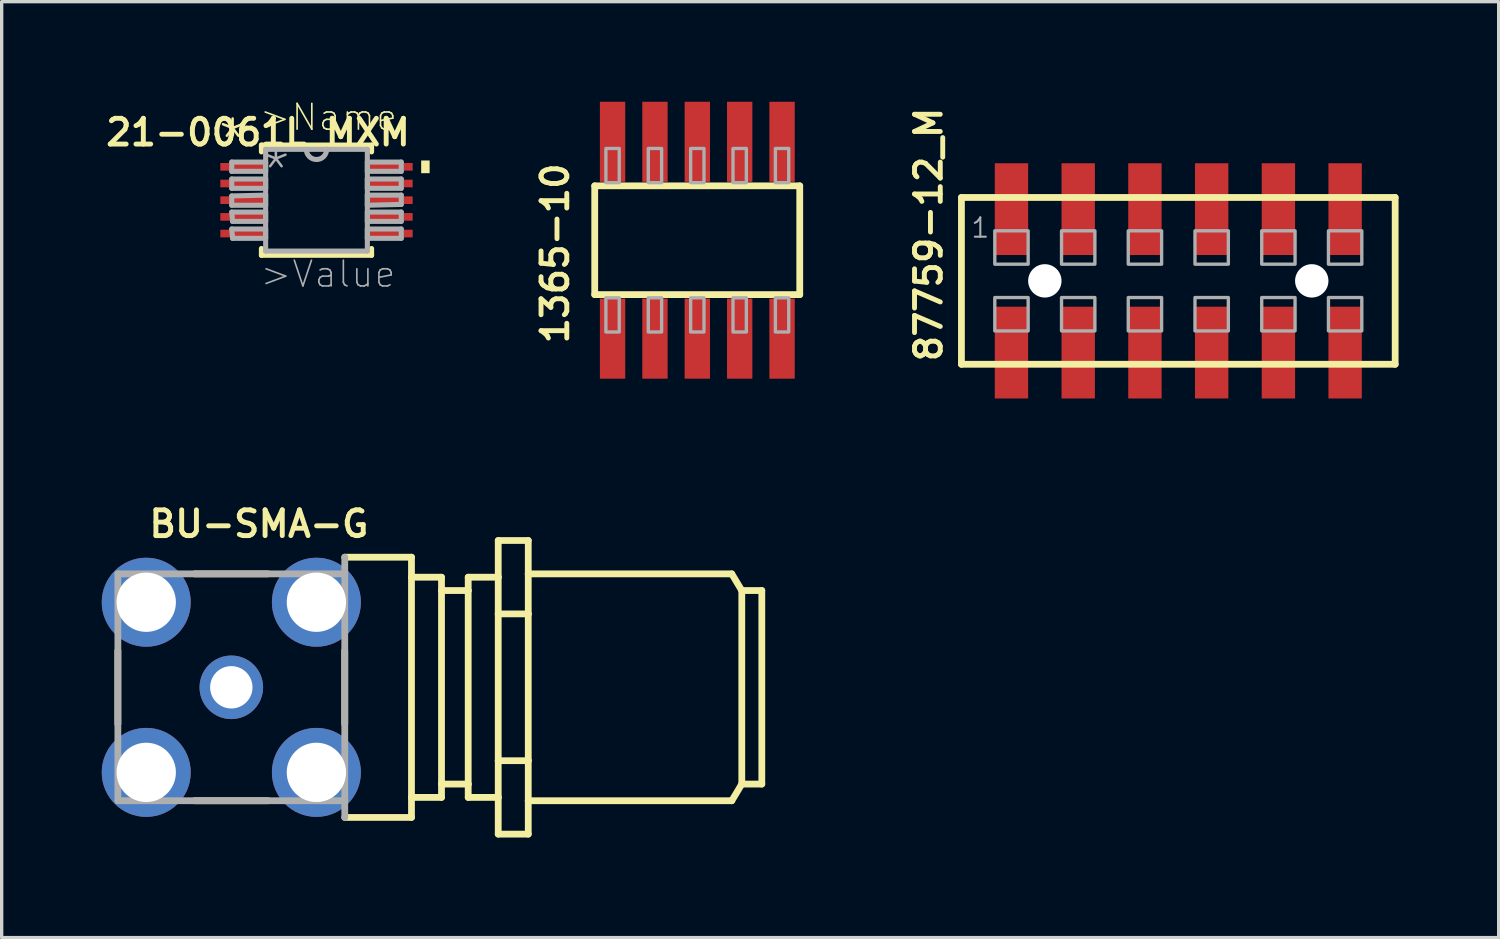
<source format=kicad_pcb>
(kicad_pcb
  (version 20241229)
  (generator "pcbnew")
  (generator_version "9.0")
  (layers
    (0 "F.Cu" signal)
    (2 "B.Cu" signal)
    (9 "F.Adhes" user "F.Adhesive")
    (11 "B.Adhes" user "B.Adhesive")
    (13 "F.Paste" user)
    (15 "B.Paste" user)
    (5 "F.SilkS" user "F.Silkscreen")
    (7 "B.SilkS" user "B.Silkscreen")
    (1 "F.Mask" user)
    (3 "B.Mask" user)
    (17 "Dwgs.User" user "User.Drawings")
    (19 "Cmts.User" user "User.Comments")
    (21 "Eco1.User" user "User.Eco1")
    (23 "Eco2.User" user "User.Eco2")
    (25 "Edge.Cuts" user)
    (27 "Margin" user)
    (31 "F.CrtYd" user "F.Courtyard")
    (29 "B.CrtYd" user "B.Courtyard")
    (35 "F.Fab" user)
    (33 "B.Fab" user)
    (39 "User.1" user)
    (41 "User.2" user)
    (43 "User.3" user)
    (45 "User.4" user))
  (footprint "1365-10"
    (layer "F.Cu")
    (at 17.85 4.15)
    (property "Reference" "1365-10" (at -3.81 3.175 270) (layer "F.SilkS") (effects (font (size 0.772 0.772) (thickness 0.147)) (justify left bottom)))
    (attr through_hole)
    (fp_line (start -3.075 -1.63) (end 3.07 -1.63) (stroke (width 0.203) (type solid)) (layer "F.SilkS"))
    (fp_line (start -3.075 1.63) (end -3.075 -1.63) (stroke (width 0.203) (type solid)) (layer "F.SilkS"))
    (fp_line (start 3.07 -1.63) (end 3.07 1.63) (stroke (width 0.203) (type solid)) (layer "F.SilkS"))
    (fp_line (start 3.07 1.63) (end -3.075 1.63) (stroke (width 0.203) (type solid)) (layer "F.SilkS"))
    (fp_poly (pts (xy -2.74 -1.725) (xy -2.34 -1.725) (xy -2.34 -2.75) (xy -2.74 -2.75)) (stroke (width 0.1) (type solid)) (fill no) (layer "F.Fab"))
    (fp_poly (pts (xy -2.34 1.725) (xy -2.74 1.725) (xy -2.74 2.75) (xy -2.34 2.75)) (stroke (width 0.1) (type solid)) (fill no) (layer "F.Fab"))
    (fp_poly (pts (xy -1.47 -1.725) (xy -1.07 -1.725) (xy -1.07 -2.75) (xy -1.47 -2.75)) (stroke (width 0.1) (type solid)) (fill no) (layer "F.Fab"))
    (fp_poly (pts (xy -1.07 1.725) (xy -1.47 1.725) (xy -1.47 2.75) (xy -1.07 2.75)) (stroke (width 0.1) (type solid)) (fill no) (layer "F.Fab"))
    (fp_poly (pts (xy -0.2 -1.725) (xy 0.2 -1.725) (xy 0.2 -2.75) (xy -0.2 -2.75)) (stroke (width 0.1) (type solid)) (fill no) (layer "F.Fab"))
    (fp_poly (pts (xy 0.2 1.725) (xy -0.2 1.725) (xy -0.2 2.75) (xy 0.2 2.75)) (stroke (width 0.1) (type solid)) (fill no) (layer "F.Fab"))
    (fp_poly (pts (xy 1.07 -1.725) (xy 1.47 -1.725) (xy 1.47 -2.75) (xy 1.07 -2.75)) (stroke (width 0.1) (type solid)) (fill no) (layer "F.Fab"))
    (fp_poly (pts (xy 1.47 1.725) (xy 1.07 1.725) (xy 1.07 2.75) (xy 1.47 2.75)) (stroke (width 0.1) (type solid)) (fill no) (layer "F.Fab"))
    (fp_poly (pts (xy 2.34 -1.725) (xy 2.74 -1.725) (xy 2.74 -2.75) (xy 2.34 -2.75)) (stroke (width 0.1) (type solid)) (fill no) (layer "F.Fab"))
    (fp_poly (pts (xy 2.74 1.725) (xy 2.34 1.725) (xy 2.34 2.75) (xy 2.74 2.75)) (stroke (width 0.1) (type solid)) (fill no) (layer "F.Fab"))
    (pad "1" smd rect (at -2.54 2.95) (size 0.76 2.4) (layers "F.Cu" "F.Mask" "F.Paste"))
    (pad "2" smd rect (at -2.54 -2.95) (size 0.76 2.4) (layers "F.Cu" "F.Mask" "F.Paste"))
    (pad "3" smd rect (at -1.27 2.95) (size 0.76 2.4) (layers "F.Cu" "F.Mask" "F.Paste"))
    (pad "4" smd rect (at -1.27 -2.95) (size 0.76 2.4) (layers "F.Cu" "F.Mask" "F.Paste"))
    (pad "5" smd rect (at 0 2.95) (size 0.76 2.4) (layers "F.Cu" "F.Mask" "F.Paste"))
    (pad "6" smd rect (at 0 -2.95) (size 0.76 2.4) (layers "F.Cu" "F.Mask" "F.Paste"))
    (pad "7" smd rect (at 1.27 2.95) (size 0.76 2.4) (layers "F.Cu" "F.Mask" "F.Paste"))
    (pad "8" smd rect (at 1.27 -2.95) (size 0.76 2.4) (layers "F.Cu" "F.Mask" "F.Paste"))
    (pad "9" smd rect (at 2.54 2.95) (size 0.76 2.4) (layers "F.Cu" "F.Mask" "F.Paste"))
    (pad "10" smd rect (at 2.54 -2.95) (size 0.76 2.4) (layers "F.Cu" "F.Mask" "F.Paste")))
  (footprint "BU-SMA-G"
    (layer "F.Cu")
    (at 3.883 17.55)
    (property "Reference" "BU-SMA-G" (at -2.54 -4.445 180) (layer "F.SilkS") (effects (font (size 0.772 0.772) (thickness 0.147)) (justify left bottom)))
    (attr through_hole)
    (fp_line (start -3.4 1.1) (end -3.4 -1.1) (stroke (width 0.203) (type solid)) (layer "F.SilkS"))
    (fp_line (start -1.1 -3.4) (end 1.1 -3.4) (stroke (width 0.203) (type solid)) (layer "F.SilkS"))
    (fp_line (start 1.1 3.4) (end -1.1 3.4) (stroke (width 0.203) (type solid)) (layer "F.SilkS"))
    (fp_line (start 3.4 -3.9) (end 5.4 -3.9) (stroke (width 0.203) (type solid)) (layer "F.SilkS"))
    (fp_line (start 3.4 -1.1) (end 3.4 1.1) (stroke (width 0.203) (type solid)) (layer "F.SilkS"))
    (fp_line (start 3.4 3.9) (end 5.4 3.9) (stroke (width 0.203) (type solid)) (layer "F.SilkS"))
    (fp_line (start 5.4 -3.3) (end 5.4 -3.9) (stroke (width 0.203) (type solid)) (layer "F.SilkS"))
    (fp_line (start 5.4 -3.3) (end 6.3 -3.3) (stroke (width 0.203) (type solid)) (layer "F.SilkS"))
    (fp_line (start 5.4 3.3) (end 5.4 -3.3) (stroke (width 0.203) (type solid)) (layer "F.SilkS"))
    (fp_line (start 5.4 3.3) (end 6.3 3.3) (stroke (width 0.203) (type solid)) (layer "F.SilkS"))
    (fp_line (start 5.4 3.9) (end 5.4 3.3) (stroke (width 0.203) (type solid)) (layer "F.SilkS"))
    (fp_line (start 6.3 -3.3) (end 6.3 -2.9) (stroke (width 0.203) (type solid)) (layer "F.SilkS"))
    (fp_line (start 6.3 -2.9) (end 6.3 2.9) (stroke (width 0.203) (type solid)) (layer "F.SilkS"))
    (fp_line (start 6.3 -2.9) (end 7.1 -2.9) (stroke (width 0.203) (type solid)) (layer "F.SilkS"))
    (fp_line (start 6.3 2.9) (end 7.1 2.9) (stroke (width 0.203) (type solid)) (layer "F.SilkS"))
    (fp_line (start 6.3 3.3) (end 6.3 2.9) (stroke (width 0.203) (type solid)) (layer "F.SilkS"))
    (fp_line (start 7.1 -3.3) (end 8 -3.3) (stroke (width 0.203) (type solid)) (layer "F.SilkS"))
    (fp_line (start 7.1 -2.9) (end 7.1 -3.3) (stroke (width 0.203) (type solid)) (layer "F.SilkS"))
    (fp_line (start 7.1 -2.9) (end 7.1 2.9) (stroke (width 0.203) (type solid)) (layer "F.SilkS"))
    (fp_line (start 7.1 2.9) (end 7.1 3.3) (stroke (width 0.203) (type solid)) (layer "F.SilkS"))
    (fp_line (start 7.1 3.3) (end 8 3.3) (stroke (width 0.203) (type solid)) (layer "F.SilkS"))
    (fp_line (start 8 -4.4) (end 8.9 -4.4) (stroke (width 0.203) (type solid)) (layer "F.SilkS"))
    (fp_line (start 8 -3.3) (end 8 -4.4) (stroke (width 0.203) (type solid)) (layer "F.SilkS"))
    (fp_line (start 8 -2.2) (end 8 -3.3) (stroke (width 0.203) (type solid)) (layer "F.SilkS"))
    (fp_line (start 8 -2.2) (end 8.9 -2.2) (stroke (width 0.203) (type solid)) (layer "F.SilkS"))
    (fp_line (start 8 2.2) (end 8 -2.2) (stroke (width 0.203) (type solid)) (layer "F.SilkS"))
    (fp_line (start 8 2.2) (end 8 3.3) (stroke (width 0.203) (type solid)) (layer "F.SilkS"))
    (fp_line (start 8 2.2) (end 8.9 2.2) (stroke (width 0.203) (type solid)) (layer "F.SilkS"))
    (fp_line (start 8 3.3) (end 8 4.4) (stroke (width 0.203) (type solid)) (layer "F.SilkS"))
    (fp_line (start 8.9 -3.4) (end 8.9 -4.4) (stroke (width 0.203) (type solid)) (layer "F.SilkS"))
    (fp_line (start 8.9 -3.4) (end 15 -3.4) (stroke (width 0.203) (type solid)) (layer "F.SilkS"))
    (fp_line (start 8.9 -2.2) (end 8.9 -3.4) (stroke (width 0.203) (type solid)) (layer "F.SilkS"))
    (fp_line (start 8.9 -2.2) (end 8.9 2.2) (stroke (width 0.203) (type solid)) (layer "F.SilkS"))
    (fp_line (start 8.9 3.4) (end 8.9 2.2) (stroke (width 0.203) (type solid)) (layer "F.SilkS"))
    (fp_line (start 8.9 3.4) (end 15 3.4) (stroke (width 0.203) (type solid)) (layer "F.SilkS"))
    (fp_line (start 8.9 4.4) (end 8 4.4) (stroke (width 0.203) (type solid)) (layer "F.SilkS"))
    (fp_line (start 8.9 4.4) (end 8.9 3.4) (stroke (width 0.203) (type solid)) (layer "F.SilkS"))
    (fp_line (start 15 -3.4) (end 15.3 -2.9) (stroke (width 0.203) (type solid)) (layer "F.SilkS"))
    (fp_line (start 15 3.4) (end 15.3 2.9) (stroke (width 0.203) (type solid)) (layer "F.SilkS"))
    (fp_line (start 15.3 -2.9) (end 15.9 -2.9) (stroke (width 0.203) (type solid)) (layer "F.SilkS"))
    (fp_line (start 15.3 2.9) (end 15.3 -2.9) (stroke (width 0.203) (type solid)) (layer "F.SilkS"))
    (fp_line (start 15.3 2.9) (end 15.9 2.9) (stroke (width 0.203) (type solid)) (layer "F.SilkS"))
    (fp_line (start 15.9 2.9) (end 15.9 -2.9) (stroke (width 0.203) (type solid)) (layer "F.SilkS"))
    (fp_line (start -3.4 -3.4) (end 3.4 -3.4) (stroke (width 0.203) (type solid)) (layer "F.Fab"))
    (fp_line (start -3.4 3.4) (end -3.4 -3.4) (stroke (width 0.203) (type solid)) (layer "F.Fab"))
    (fp_line (start 3.4 -3.9) (end 3.4 -3.4) (stroke (width 0.203) (type solid)) (layer "F.Fab"))
    (fp_line (start 3.4 -3.4) (end 3.4 3.4) (stroke (width 0.203) (type solid)) (layer "F.Fab"))
    (fp_line (start 3.4 3.4) (end -3.4 3.4) (stroke (width 0.203) (type solid)) (layer "F.Fab"))
    (fp_line (start 3.4 3.4) (end 3.4 3.9) (stroke (width 0.203) (type solid)) (layer "F.Fab"))
    (pad "1" thru_hole circle (at 0 0) (size 1.905 1.905) (drill 1.27) (layers "*.Cu" "*.Mask"))
    (pad "2" thru_hole circle (at -2.55 -2.55) (size 2.667 2.667) (drill 1.778) (layers "*.Cu" "*.Mask"))
    (pad "3" thru_hole circle (at 2.55 -2.55) (size 2.667 2.667) (drill 1.778) (layers "*.Cu" "*.Mask"))
    (pad "4" thru_hole circle (at 2.55 2.55) (size 2.667 2.667) (drill 1.778) (layers "*.Cu" "*.Mask"))
    (pad "5" thru_hole circle (at -2.55 2.55) (size 2.667 2.667) (drill 1.778) (layers "*.Cu" "*.Mask")))
  (footprint "21-0061L_MXM"
    (layer "F.Cu")
    (at 6.436 2.95)
    (property "Reference" "21-0061L_MXM" (at -1.753 -2.032 0) (layer "F.SilkS") (effects (font (size 0.772 0.772) (thickness 0.147))))
    (attr through_hole)
    (fp_line (start -1.651 -1.651) (end -1.651 -1.448) (stroke (width 0.152) (type solid)) (layer "F.SilkS"))
    (fp_line (start -1.651 1.448) (end -1.651 1.651) (stroke (width 0.152) (type solid)) (layer "F.SilkS"))
    (fp_line (start -1.651 1.651) (end 1.651 1.651) (stroke (width 0.152) (type solid)) (layer "F.SilkS"))
    (fp_line (start 1.651 -1.651) (end -1.651 -1.651) (stroke (width 0.152) (type solid)) (layer "F.SilkS"))
    (fp_line (start 1.651 -1.448) (end 1.651 -1.651) (stroke (width 0.152) (type solid)) (layer "F.SilkS"))
    (fp_line (start 1.651 1.651) (end 1.651 1.448) (stroke (width 0.152) (type solid)) (layer "F.SilkS"))
    (fp_poly (pts (xy 3.391 -1.19) (xy 3.391 -0.809) (xy 3.137 -0.809) (xy 3.137 -1.19)) (stroke (width 0) (type solid)) (fill yes) (layer "F.SilkS"))
    (fp_line (start -2.54 -1.143) (end -2.54 -0.864) (stroke (width 0.152) (type solid)) (layer "F.Fab"))
    (fp_line (start -2.54 -0.864) (end -1.524 -0.864) (stroke (width 0.152) (type solid)) (layer "F.Fab"))
    (fp_line (start -2.54 -0.635) (end -2.54 -0.356) (stroke (width 0.152) (type solid)) (layer "F.Fab"))
    (fp_line (start -2.54 -0.356) (end -1.524 -0.356) (stroke (width 0.152) (type solid)) (layer "F.Fab"))
    (fp_line (start -2.54 -0.127) (end -2.54 0.152) (stroke (width 0.152) (type solid)) (layer "F.Fab"))
    (fp_line (start -2.54 0.152) (end -1.524 0.152) (stroke (width 0.152) (type solid)) (layer "F.Fab"))
    (fp_line (start -2.54 0.356) (end -2.515 0.635) (stroke (width 0.152) (type solid)) (layer "F.Fab"))
    (fp_line (start -2.54 0.864) (end -2.515 1.143) (stroke (width 0.152) (type solid)) (layer "F.Fab"))
    (fp_line (start -2.515 0.635) (end -1.524 0.635) (stroke (width 0.152) (type solid)) (layer "F.Fab"))
    (fp_line (start -2.515 1.143) (end -1.524 1.143) (stroke (width 0.152) (type solid)) (layer "F.Fab"))
    (fp_line (start -1.524 -1.524) (end -1.524 1.524) (stroke (width 0.152) (type solid)) (layer "F.Fab"))
    (fp_line (start -1.524 -1.143) (end -2.54 -1.143) (stroke (width 0.152) (type solid)) (layer "F.Fab"))
    (fp_line (start -1.524 -0.864) (end -1.524 -1.143) (stroke (width 0.152) (type solid)) (layer "F.Fab"))
    (fp_line (start -1.524 -0.635) (end -2.54 -0.635) (stroke (width 0.152) (type solid)) (layer "F.Fab"))
    (fp_line (start -1.524 -0.356) (end -1.524 -0.635) (stroke (width 0.152) (type solid)) (layer "F.Fab"))
    (fp_line (start -1.524 -0.152) (end -2.54 -0.127) (stroke (width 0.152) (type solid)) (layer "F.Fab"))
    (fp_line (start -1.524 0.152) (end -1.524 -0.152) (stroke (width 0.152) (type solid)) (layer "F.Fab"))
    (fp_line (start -1.524 0.356) (end -2.54 0.356) (stroke (width 0.152) (type solid)) (layer "F.Fab"))
    (fp_line (start -1.524 0.635) (end -1.524 0.356) (stroke (width 0.152) (type solid)) (layer "F.Fab"))
    (fp_line (start -1.524 0.864) (end -2.54 0.864) (stroke (width 0.152) (type solid)) (layer "F.Fab"))
    (fp_line (start -1.524 1.143) (end -1.524 0.864) (stroke (width 0.152) (type solid)) (layer "F.Fab"))
    (fp_line (start -1.524 1.524) (end 1.524 1.524) (stroke (width 0.152) (type solid)) (layer "F.Fab"))
    (fp_line (start -0.305 -1.524) (end -1.524 -1.524) (stroke (width 0.152) (type solid)) (layer "F.Fab"))
    (fp_line (start 0.305 -1.524) (end -0.305 -1.524) (stroke (width 0.152) (type solid)) (layer "F.Fab"))
    (fp_line (start 1.524 -1.524) (end 0.305 -1.524) (stroke (width 0.152) (type solid)) (layer "F.Fab"))
    (fp_line (start 1.524 -1.143) (end 1.524 -0.864) (stroke (width 0.152) (type solid)) (layer "F.Fab"))
    (fp_line (start 1.524 -0.864) (end 2.54 -0.864) (stroke (width 0.152) (type solid)) (layer "F.Fab"))
    (fp_line (start 1.524 -0.635) (end 1.524 -0.356) (stroke (width 0.152) (type solid)) (layer "F.Fab"))
    (fp_line (start 1.524 -0.356) (end 2.54 -0.356) (stroke (width 0.152) (type solid)) (layer "F.Fab"))
    (fp_line (start 1.524 -0.152) (end 1.524 0.152) (stroke (width 0.152) (type solid)) (layer "F.Fab"))
    (fp_line (start 1.524 0.152) (end 2.54 0.127) (stroke (width 0.152) (type solid)) (layer "F.Fab"))
    (fp_line (start 1.524 0.356) (end 1.524 0.635) (stroke (width 0.152) (type solid)) (layer "F.Fab"))
    (fp_line (start 1.524 0.635) (end 2.54 0.635) (stroke (width 0.152) (type solid)) (layer "F.Fab"))
    (fp_line (start 1.524 0.864) (end 1.524 1.143) (stroke (width 0.152) (type solid)) (layer "F.Fab"))
    (fp_line (start 1.524 1.143) (end 2.54 1.143) (stroke (width 0.152) (type solid)) (layer "F.Fab"))
    (fp_line (start 1.524 1.524) (end 1.524 -1.524) (stroke (width 0.152) (type solid)) (layer "F.Fab"))
    (fp_line (start 2.54 -1.143) (end 1.524 -1.143) (stroke (width 0.152) (type solid)) (layer "F.Fab"))
    (fp_line (start 2.54 -0.864) (end 2.54 -1.143) (stroke (width 0.152) (type solid)) (layer "F.Fab"))
    (fp_line (start 2.54 -0.635) (end 1.524 -0.635) (stroke (width 0.152) (type solid)) (layer "F.Fab"))
    (fp_line (start 2.54 -0.356) (end 2.54 -0.635) (stroke (width 0.152) (type solid)) (layer "F.Fab"))
    (fp_line (start 2.54 -0.152) (end 1.524 -0.152) (stroke (width 0.152) (type solid)) (layer "F.Fab"))
    (fp_line (start 2.54 0.127) (end 2.54 -0.152) (stroke (width 0.152) (type solid)) (layer "F.Fab"))
    (fp_line (start 2.54 0.356) (end 1.524 0.356) (stroke (width 0.152) (type solid)) (layer "F.Fab"))
    (fp_line (start 2.54 0.635) (end 2.54 0.356) (stroke (width 0.152) (type solid)) (layer "F.Fab"))
    (fp_line (start 2.54 0.864) (end 1.524 0.864) (stroke (width 0.152) (type solid)) (layer "F.Fab"))
    (fp_line (start 2.54 1.143) (end 2.54 0.864) (stroke (width 0.152) (type solid)) (layer "F.Fab"))
    (fp_arc (start 0.3048 -1.524) (mid 0 -1.2192) (end -0.3048 -1.524) (stroke (width 0.1524) (type solid)) (layer "F.Fab"))
    (fp_text user ">Name" (at -1.753 -2.032 0) (layer "F.SilkS") (effects (font (size 0.772 0.772) (thickness 0.049)) (justify left bottom)))
    (fp_text user "*" (at -3.023 -1.092 0) (layer "F.SilkS") (effects (font (size 1.206 1.206) (thickness 0.076)) (justify left bottom)))
    (fp_text user ">Value" (at -1.727 2.667 0) (layer "F.Fab") (effects (font (size 0.772 0.772) (thickness 0.049)) (justify left bottom)))
    (fp_text user "*" (at -1.727 -0.178 0) (layer "F.Fab") (effects (font (size 1.206 1.206) (thickness 0.076)) (justify left bottom)))
    (pad "1" smd rect (at -2.203 -1) (size 1.359 0.229) (layers "F.Cu" "F.Mask" "F.Paste"))
    (pad "2" smd rect (at -2.203 -0.5) (size 1.359 0.229) (layers "F.Cu" "F.Mask" "F.Paste"))
    (pad "3" smd rect (at -2.203 0) (size 1.359 0.229) (layers "F.Cu" "F.Mask" "F.Paste"))
    (pad "4" smd rect (at -2.203 0.5) (size 1.359 0.229) (layers "F.Cu" "F.Mask" "F.Paste"))
    (pad "5" smd rect (at -2.203 1) (size 1.359 0.229) (layers "F.Cu" "F.Mask" "F.Paste"))
    (pad "6" smd rect (at 2.203 1) (size 1.359 0.229) (layers "F.Cu" "F.Mask" "F.Paste"))
    (pad "7" smd rect (at 2.203 0.5) (size 1.359 0.229) (layers "F.Cu" "F.Mask" "F.Paste"))
    (pad "8" smd rect (at 2.203 0) (size 1.359 0.229) (layers "F.Cu" "F.Mask" "F.Paste"))
    (pad "9" smd rect (at 2.203 -0.5) (size 1.359 0.229) (layers "F.Cu" "F.Mask" "F.Paste"))
    (pad "10" smd rect (at 2.203 -1) (size 1.359 0.229) (layers "F.Cu" "F.Mask" "F.Paste")))
  (footprint "87759-12_M"
    (layer "F.Cu")
    (at 32.266 5.368)
    (property "Reference" "87759-12_M" (at -7.032 2.493 270) (layer "F.SilkS") (effects (font (size 0.772 0.772) (thickness 0.147)) (justify left bottom)))
    (attr through_hole)
    (fp_line (start -6.5 -2.5) (end 6.5 -2.5) (stroke (width 0.203) (type solid)) (layer "F.SilkS"))
    (fp_line (start -6.5 2.5) (end -6.5 -2.5) (stroke (width 0.203) (type solid)) (layer "F.SilkS"))
    (fp_line (start 6.5 -2.5) (end 6.5 2.5) (stroke (width 0.203) (type solid)) (layer "F.SilkS"))
    (fp_line (start 6.5 2.5) (end -6.5 2.5) (stroke (width 0.203) (type solid)) (layer "F.SilkS"))
    (fp_poly (pts (xy -5.5 -0.5) (xy -4.5 -0.5) (xy -4.5 -1.5) (xy -5.5 -1.5)) (stroke (width 0.1) (type solid)) (fill no) (layer "F.Fab"))
    (fp_poly (pts (xy -5.5 1.5) (xy -4.5 1.5) (xy -4.5 0.5) (xy -5.5 0.5)) (stroke (width 0.1) (type solid)) (fill no) (layer "F.Fab"))
    (fp_poly (pts (xy -3.5 -0.5) (xy -2.5 -0.5) (xy -2.5 -1.5) (xy -3.5 -1.5)) (stroke (width 0.1) (type solid)) (fill no) (layer "F.Fab"))
    (fp_poly (pts (xy -3.5 1.5) (xy -2.5 1.5) (xy -2.5 0.5) (xy -3.5 0.5)) (stroke (width 0.1) (type solid)) (fill no) (layer "F.Fab"))
    (fp_poly (pts (xy -1.5 -0.5) (xy -0.5 -0.5) (xy -0.5 -1.5) (xy -1.5 -1.5)) (stroke (width 0.1) (type solid)) (fill no) (layer "F.Fab"))
    (fp_poly (pts (xy -1.5 1.5) (xy -0.5 1.5) (xy -0.5 0.5) (xy -1.5 0.5)) (stroke (width 0.1) (type solid)) (fill no) (layer "F.Fab"))
    (fp_poly (pts (xy 0.5 -0.5) (xy 1.5 -0.5) (xy 1.5 -1.5) (xy 0.5 -1.5)) (stroke (width 0.1) (type solid)) (fill no) (layer "F.Fab"))
    (fp_poly (pts (xy 0.5 1.5) (xy 1.5 1.5) (xy 1.5 0.5) (xy 0.5 0.5)) (stroke (width 0.1) (type solid)) (fill no) (layer "F.Fab"))
    (fp_poly (pts (xy 2.5 -0.5) (xy 3.5 -0.5) (xy 3.5 -1.5) (xy 2.5 -1.5)) (stroke (width 0.1) (type solid)) (fill no) (layer "F.Fab"))
    (fp_poly (pts (xy 2.5 1.5) (xy 3.5 1.5) (xy 3.5 0.5) (xy 2.5 0.5)) (stroke (width 0.1) (type solid)) (fill no) (layer "F.Fab"))
    (fp_poly (pts (xy 4.5 -0.5) (xy 5.5 -0.5) (xy 5.5 -1.5) (xy 4.5 -1.5)) (stroke (width 0.1) (type solid)) (fill no) (layer "F.Fab"))
    (fp_poly (pts (xy 4.5 1.5) (xy 5.5 1.5) (xy 5.5 0.5) (xy 4.5 0.5)) (stroke (width 0.1) (type solid)) (fill no) (layer "F.Fab"))
    (fp_text user "1" (at -6.25 -1.25 0) (layer "F.Fab") (effects (font (size 0.579 0.579) (thickness 0.061)) (justify left bottom)))
    (pad "" np_thru_hole circle (at -4 0) (size 1 1) (drill 1) (layers "*.Cu" "*.Mask"))
    (pad "" np_thru_hole circle (at 4 0) (size 1 1) (drill 1) (layers "*.Cu" "*.Mask"))
    (pad "1" smd rect (at -5 -2.15 180) (size 1 2.75) (layers "F.Cu" "F.Mask" "F.Paste"))
    (pad "2" smd rect (at -5 2.15 180) (size 1 2.75) (layers "F.Cu" "F.Mask" "F.Paste"))
    (pad "3" smd rect (at -3 -2.15 180) (size 1 2.75) (layers "F.Cu" "F.Mask" "F.Paste"))
    (pad "4" smd rect (at -3 2.15 180) (size 1 2.75) (layers "F.Cu" "F.Mask" "F.Paste"))
    (pad "5" smd rect (at -1 -2.15 180) (size 1 2.75) (layers "F.Cu" "F.Mask" "F.Paste"))
    (pad "6" smd rect (at -1 2.15 180) (size 1 2.75) (layers "F.Cu" "F.Mask" "F.Paste"))
    (pad "7" smd rect (at 1 -2.15 180) (size 1 2.75) (layers "F.Cu" "F.Mask" "F.Paste"))
    (pad "8" smd rect (at 1 2.15 180) (size 1 2.75) (layers "F.Cu" "F.Mask" "F.Paste"))
    (pad "9" smd rect (at 3 -2.15 180) (size 1 2.75) (layers "F.Cu" "F.Mask" "F.Paste"))
    (pad "10" smd rect (at 3 2.15 180) (size 1 2.75) (layers "F.Cu" "F.Mask" "F.Paste"))
    (pad "11" smd rect (at 5 -2.15 180) (size 1 2.75) (layers "F.Cu" "F.Mask" "F.Paste"))
    (pad "12" smd rect (at 5 2.15 180) (size 1 2.75) (layers "F.Cu" "F.Mask" "F.Paste")))
  (gr_rect
    (start -3 -3)
    (end 41.868 25.052)
    (stroke (width 0.1) (type default))
    (fill no)
    (layer "Edge.Cuts")))
</source>
